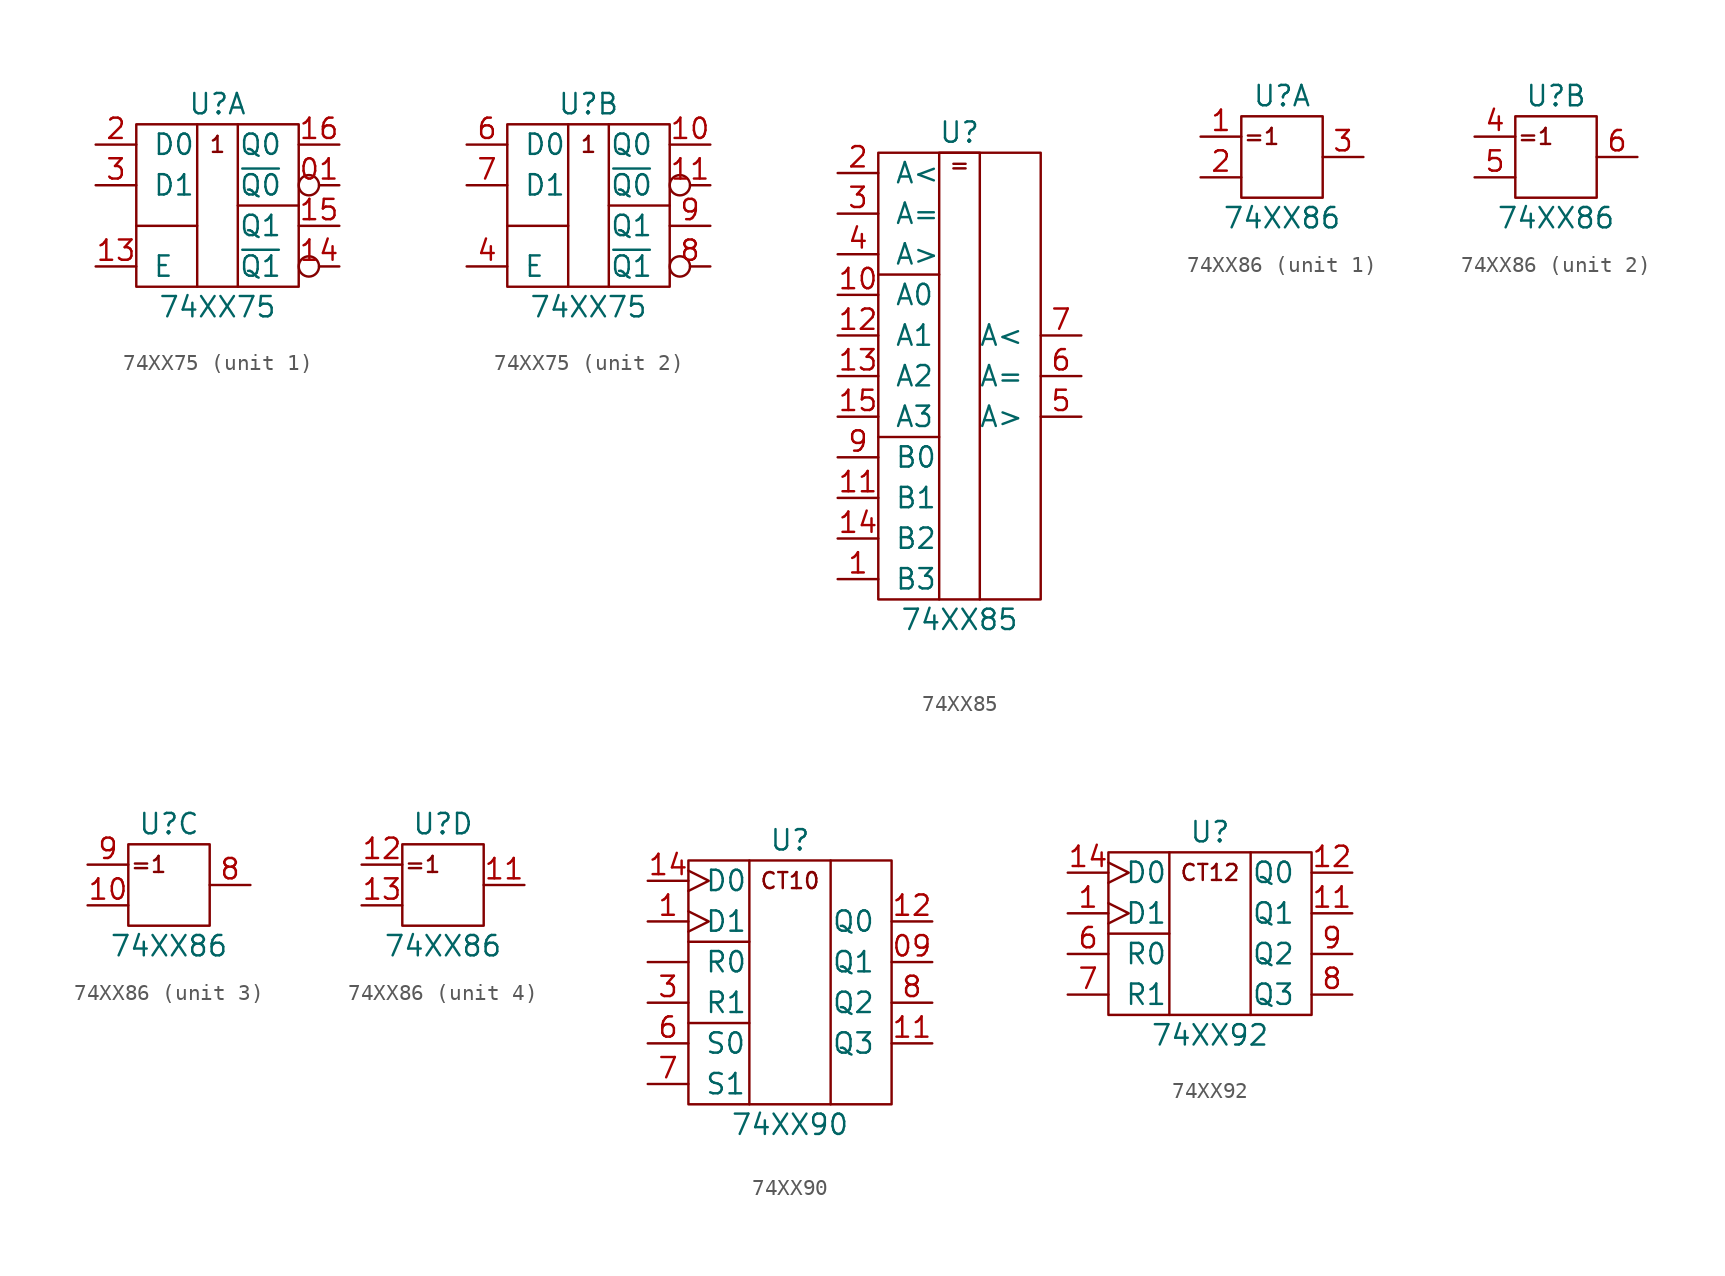
<source format=kicad_sym>
(kicad_symbol_lib
  (version 20211014)
  (generator kicad_symbol_editor)
  (symbol "74XX75"
    (pin_names
      (offset 1.016))
    (property "Reference" "U"
      (at 0 6.35 0)
      (effects (font (size 1.27 1.27))))
    (property "Value" "74XX75"
      (at 0 -6.35 0)
      (effects (font (size 1.27 1.27))))
    (symbol "74XX75_0_0"
      (polyline (pts (xy -5.08 -1.27) (xy -1.27 -1.27)) (stroke (width 0) (type default) (color 0 0 0 0)) (fill (type none)))
      (polyline (pts (xy -1.27 5.08) (xy -1.27 -5.08)) (stroke (width 0) (type default) (color 0 0 0 0)) (fill (type none)))
      (polyline (pts (xy 1.27 0) (xy 5.08 0)) (stroke (width 0) (type default) (color 0 0 0 0)) (fill (type none)))
      (polyline (pts (xy 1.27 5.08) (xy 1.27 -5.08)) (stroke (width 0) (type default) (color 0 0 0 0)) (fill (type none)))
      (rectangle (start 5.08 -5.08) (end -5.08 5.08) (stroke (width 0) (type default) (color 0 0 0 0)) (fill (type none)))
      (text "1" (at 0 3.81 0) (effects (font (size 1 1)))))
    (symbol "74XX75_0_1"
      (pin power_in line (at 5.08 -5.08 180) (length 0) hide (name "GND" (effects (font (size 1.27 1.27)))) (number "12" (effects (font (size 1.27 1.27)))))
      (pin power_in line (at 5.08 5.08 180) (length 0) hide (name "VCC" (effects (font (size 1.27 1.27)))) (number "5" (effects (font (size 1.27 1.27))))))
    (symbol "74XX75_1_1"
      (pin input inverted (at 7.62 1.27 180) (length 2.54) (name "~{Q0}" (effects (font (size 1.27 1.27)))) (number "01" (effects (font (size 1.27 1.27)))))
      (pin input line (at -7.62 -3.81 0) (length 2.54) (name "E" (effects (font (size 1.27 1.27)))) (number "13" (effects (font (size 1.27 1.27)))))
      (pin input inverted (at 7.62 -3.81 180) (length 2.54) (name "~{Q1}" (effects (font (size 1.27 1.27)))) (number "14" (effects (font (size 1.27 1.27)))))
      (pin input line (at 7.62 -1.27 180) (length 2.54) (name "Q1" (effects (font (size 1.27 1.27)))) (number "15" (effects (font (size 1.27 1.27)))))
      (pin input line (at 7.62 3.81 180) (length 2.54) (name "Q0" (effects (font (size 1.27 1.27)))) (number "16" (effects (font (size 1.27 1.27)))))
      (pin input line (at -7.62 3.81 0) (length 2.54) (name "D0" (effects (font (size 1.27 1.27)))) (number "2" (effects (font (size 1.27 1.27)))))
      (pin input line (at -7.62 1.27 0) (length 2.54) (name "D1" (effects (font (size 1.27 1.27)))) (number "3" (effects (font (size 1.27 1.27))))))
    (symbol "74XX75_2_1"
      (pin input line (at 7.62 3.81 180) (length 2.54) (name "Q0" (effects (font (size 1.27 1.27)))) (number "10" (effects (font (size 1.27 1.27)))))
      (pin input inverted (at 7.62 1.27 180) (length 2.54) (name "~{Q0}" (effects (font (size 1.27 1.27)))) (number "11" (effects (font (size 1.27 1.27)))))
      (pin input line (at -7.62 -3.81 0) (length 2.54) (name "E" (effects (font (size 1.27 1.27)))) (number "4" (effects (font (size 1.27 1.27)))))
      (pin input line (at -7.62 3.81 0) (length 2.54) (name "D0" (effects (font (size 1.27 1.27)))) (number "6" (effects (font (size 1.27 1.27)))))
      (pin input line (at -7.62 1.27 0) (length 2.54) (name "D1" (effects (font (size 1.27 1.27)))) (number "7" (effects (font (size 1.27 1.27)))))
      (pin input inverted (at 7.62 -3.81 180) (length 2.54) (name "~{Q1}" (effects (font (size 1.27 1.27)))) (number "8" (effects (font (size 1.27 1.27)))))
      (pin input line (at 7.62 -1.27 180) (length 2.54) (name "Q1" (effects (font (size 1.27 1.27)))) (number "9" (effects (font (size 1.27 1.27)))))))
  (symbol "74XX85"
    (pin_names
      (offset 1.016))
    (property "Reference" "U"
      (at 0 15.24 0)
      (effects (font (size 1.27 1.27))))
    (property "Value" "74XX85"
      (at 0 -15.24 0)
      (effects (font (size 1.27 1.27))))
    (symbol "74XX85_0_0"
      (text "=" (at 0 13.208 0) (effects (font (size 1 1)))))
    (symbol "74XX85_0_1"
      (rectangle (start -5.08 13.97) (end 5.08 -13.97) (stroke (width 0) (type default) (color 0 0 0 0)) (fill (type none)))
      (polyline (pts (xy -5.08 -3.81) (xy -1.27 -3.81)) (stroke (width 0) (type default) (color 0 0 0 0)) (fill (type none)))
      (polyline (pts (xy -5.08 6.35) (xy -1.27 6.35)) (stroke (width 0) (type default) (color 0 0 0 0)) (fill (type none)))
      (polyline (pts (xy -1.27 -13.97) (xy -1.27 13.97) (xy 1.27 13.97) (xy 1.27 -13.97)) (stroke (width 0) (type default) (color 0 0 0 0)) (fill (type none)))
      (pin power_in line (at 5.08 13.97 180) (length 0) hide (name "VCC" (effects (font (size 1.27 1.27)))) (number "16" (effects (font (size 1.27 1.27)))))
      (pin power_in line (at 5.08 -13.97 180) (length 0) hide (name "GND" (effects (font (size 1.27 1.27)))) (number "8" (effects (font (size 1.27 1.27))))))
    (symbol "74XX85_1_1"
      (pin input line (at -7.62 -12.7 0) (length 2.54) (name "B3" (effects (font (size 1.27 1.27)))) (number "1" (effects (font (size 1.27 1.27)))))
      (pin input line (at -7.62 5.08 0) (length 2.54) (name "A0" (effects (font (size 1.27 1.27)))) (number "10" (effects (font (size 1.27 1.27)))))
      (pin input line (at -7.62 -7.62 0) (length 2.54) (name "B1" (effects (font (size 1.27 1.27)))) (number "11" (effects (font (size 1.27 1.27)))))
      (pin input line (at -7.62 2.54 0) (length 2.54) (name "A1" (effects (font (size 1.27 1.27)))) (number "12" (effects (font (size 1.27 1.27)))))
      (pin input line (at -7.62 0 0) (length 2.54) (name "A2" (effects (font (size 1.27 1.27)))) (number "13" (effects (font (size 1.27 1.27)))))
      (pin input line (at -7.62 -10.16 0) (length 2.54) (name "B2" (effects (font (size 1.27 1.27)))) (number "14" (effects (font (size 1.27 1.27)))))
      (pin input line (at -7.62 -2.54 0) (length 2.54) (name "A3" (effects (font (size 1.27 1.27)))) (number "15" (effects (font (size 1.27 1.27)))))
      (pin input line (at -7.62 12.7 0) (length 2.54) (name "A<" (effects (font (size 1.27 1.27)))) (number "2" (effects (font (size 1.27 1.27)))))
      (pin input line (at -7.62 10.16 0) (length 2.54) (name "A=" (effects (font (size 1.27 1.27)))) (number "3" (effects (font (size 1.27 1.27)))))
      (pin input line (at -7.62 7.62 0) (length 2.54) (name "A>" (effects (font (size 1.27 1.27)))) (number "4" (effects (font (size 1.27 1.27)))))
      (pin output line (at 7.62 -2.54 180) (length 2.54) (name "A>" (effects (font (size 1.27 1.27)))) (number "5" (effects (font (size 1.27 1.27)))))
      (pin output line (at 7.62 0 180) (length 2.54) (name "A=" (effects (font (size 1.27 1.27)))) (number "6" (effects (font (size 1.27 1.27)))))
      (pin output line (at 7.62 2.54 180) (length 2.54) (name "A<" (effects (font (size 1.27 1.27)))) (number "7" (effects (font (size 1.27 1.27)))))
      (pin input line (at -7.62 -5.08 0) (length 2.54) (name "B0" (effects (font (size 1.27 1.27)))) (number "9" (effects (font (size 1.27 1.27)))))))
  (symbol "74XX86"
    (pin_names
      (offset 1.016) hide)
    (property "Reference" "U"
      (at 0 3.81 0)
      (effects (font (size 1.27 1.27))))
    (property "Value" "74XX86"
      (at 0 -3.81 0)
      (effects (font (size 1.27 1.27))))
    (symbol "74XX86_0_0"
      (text "=1" (at -1.27 1.27 0) (effects (font (size 1 1)))))
    (symbol "74XX86_0_1"
      (rectangle (start -2.54 -2.54) (end 2.54 2.54) (stroke (width 0) (type default) (color 0 0 0 0)) (fill (type none)))
      (pin power_in line (at 2.54 2.54 180) (length 0) hide (name "VCC" (effects (font (size 1.27 1.27)))) (number "14" (effects (font (size 1.27 1.27)))))
      (pin power_in line (at 2.54 -2.54 180) (length 0) hide (name "GND" (effects (font (size 1.27 1.27)))) (number "7" (effects (font (size 1.27 1.27))))))
    (symbol "74XX86_1_1"
      (pin input line (at -5.08 1.27 0) (length 2.54) (name "A" (effects (font (size 1.27 1.27)))) (number "1" (effects (font (size 1.27 1.27)))))
      (pin input line (at -5.08 -1.27 0) (length 2.54) (name "B" (effects (font (size 1.27 1.27)))) (number "2" (effects (font (size 1.27 1.27)))))
      (pin output line (at 5.08 0 180) (length 2.54) (name "Y" (effects (font (size 1.27 1.27)))) (number "3" (effects (font (size 1.27 1.27))))))
    (symbol "74XX86_2_1"
      (pin input line (at -5.08 1.27 0) (length 2.54) (name "A" (effects (font (size 1.27 1.27)))) (number "4" (effects (font (size 1.27 1.27)))))
      (pin input line (at -5.08 -1.27 0) (length 2.54) (name "B" (effects (font (size 1.27 1.27)))) (number "5" (effects (font (size 1.27 1.27)))))
      (pin output line (at 5.08 0 180) (length 2.54) (name "Y" (effects (font (size 1.27 1.27)))) (number "6" (effects (font (size 1.27 1.27))))))
    (symbol "74XX86_3_1"
      (pin input line (at -5.08 -1.27 0) (length 2.54) (name "B" (effects (font (size 1.27 1.27)))) (number "10" (effects (font (size 1.27 1.27)))))
      (pin output line (at 5.08 0 180) (length 2.54) (name "Y" (effects (font (size 1.27 1.27)))) (number "8" (effects (font (size 1.27 1.27)))))
      (pin input line (at -5.08 1.27 0) (length 2.54) (name "A" (effects (font (size 1.27 1.27)))) (number "9" (effects (font (size 1.27 1.27))))))
    (symbol "74XX86_4_1"
      (pin output line (at 5.08 0 180) (length 2.54) (name "Y" (effects (font (size 1.27 1.27)))) (number "11" (effects (font (size 1.27 1.27)))))
      (pin input line (at -5.08 1.27 0) (length 2.54) (name "A" (effects (font (size 1.27 1.27)))) (number "12" (effects (font (size 1.27 1.27)))))
      (pin input line (at -5.08 -1.27 0) (length 2.54) (name "B" (effects (font (size 1.27 1.27)))) (number "13" (effects (font (size 1.27 1.27)))))))
  (symbol "74XX90"
    (pin_names
      (offset 1.016))
    (property "Reference" "U"
      (at 0 8.89 0)
      (effects (font (size 1.27 1.27))))
    (property "Value" "74XX90"
      (at 0 -8.89 0)
      (effects (font (size 1.27 1.27))))
    (symbol "74XX90_0_0"
      (polyline (pts (xy -6.35 -2.54) (xy -2.54 -2.54)) (stroke (width 0) (type default) (color 0 0 0 0)) (fill (type none)))
      (polyline (pts (xy -6.35 2.54) (xy -2.54 2.54)) (stroke (width 0) (type default) (color 0 0 0 0)) (fill (type none)))
      (text "CT10" (at 0 6.35 0) (effects (font (size 1 1)))))
    (symbol "74XX90_0_1"
      (rectangle (start -6.35 -7.62) (end 6.35 7.62) (stroke (width 0) (type default) (color 0 0 0 0)) (fill (type none)))
      (polyline (pts (xy -2.54 -7.62) (xy -2.54 7.62)) (stroke (width 0) (type default) (color 0 0 0 0)) (fill (type none)))
      (polyline (pts (xy 2.54 -7.62) (xy 2.54 7.62)) (stroke (width 0) (type default) (color 0 0 0 0)) (fill (type none)))
      (pin power_in line (at 6.35 -7.62 180) (length 0) hide (name "GND" (effects (font (size 1.27 1.27)))) (number "10" (effects (font (size 1.27 1.27)))))
      (pin power_in line (at 6.35 7.62 180) (length 0) hide (name "VCC" (effects (font (size 1.27 1.27)))) (number "5" (effects (font (size 1.27 1.27))))))
    (symbol "74XX90_1_1"
      (pin output line (at 8.89 1.27 180) (length 2.54) (name "Q1" (effects (font (size 1.27 1.27)))) (number "09" (effects (font (size 1.27 1.27)))))
      (pin input clock (at -8.89 3.81 0) (length 2.54) (name "D1" (effects (font (size 1.27 1.27)))) (number "1" (effects (font (size 1.27 1.27)))))
      (pin output line (at 8.89 -3.81 180) (length 2.54) (name "Q3" (effects (font (size 1.27 1.27)))) (number "11" (effects (font (size 1.27 1.27)))))
      (pin output line (at 8.89 3.81 180) (length 2.54) (name "Q0" (effects (font (size 1.27 1.27)))) (number "12" (effects (font (size 1.27 1.27)))))
      (pin input clock (at -8.89 6.35 0) (length 2.54) (name "D0" (effects (font (size 1.27 1.27)))) (number "14" (effects (font (size 1.27 1.27)))))
      (pin input line (at -8.89 -1.27 0) (length 2.54) (name "R1" (effects (font (size 1.27 1.27)))) (number "3" (effects (font (size 1.27 1.27)))))
      (pin input line (at -8.89 -3.81 0) (length 2.54) (name "S0" (effects (font (size 1.27 1.27)))) (number "6" (effects (font (size 1.27 1.27)))))
      (pin input line (at -8.89 -6.35 0) (length 2.54) (name "S1" (effects (font (size 1.27 1.27)))) (number "7" (effects (font (size 1.27 1.27)))))
      (pin output line (at 8.89 -1.27 180) (length 2.54) (name "Q2" (effects (font (size 1.27 1.27)))) (number "8" (effects (font (size 1.27 1.27)))))
      (pin input line (at -8.89 1.27 0) (length 2.54) (name "R0" (effects (font (size 1.27 1.27)))) (number "~" (effects (font (size 1.27 1.27)))))))
  (symbol "74XX92"
    (pin_names
      (offset 1.016))
    (property "Reference" "U"
      (at 0 6.35 0)
      (effects (font (size 1.27 1.27))))
    (property "Value" "74XX92"
      (at 0 -6.35 0)
      (effects (font (size 1.27 1.27))))
    (symbol "74XX92_1_1"
      (rectangle (start -6.35 -5.08) (end 6.35 5.08) (stroke (width 0) (type default) (color 0 0 0 0)) (fill (type none)))
      (polyline (pts (xy -6.35 0) (xy -2.54 0)) (stroke (width 0) (type default) (color 0 0 0 0)) (fill (type none)))
      (polyline (pts (xy -2.54 -5.08) (xy -2.54 5.08)) (stroke (width 0) (type default) (color 0 0 0 0)) (fill (type none)))
      (polyline (pts (xy 2.54 -5.08) (xy 2.54 5.08)) (stroke (width 0) (type default) (color 0 0 0 0)) (fill (type none)))
      (text "CT12" (at 0 3.81 0) (effects (font (size 1 1))))
      (pin input clock (at -8.89 1.27 0) (length 2.54) (name "D1" (effects (font (size 1.27 1.27)))) (number "1" (effects (font (size 1.27 1.27)))))
      (pin power_in line (at 6.35 -5.08 180) (length 0) hide (name "GND" (effects (font (size 1.27 1.27)))) (number "10" (effects (font (size 1.27 1.27)))))
      (pin output line (at 8.89 1.27 180) (length 2.54) (name "Q1" (effects (font (size 1.27 1.27)))) (number "11" (effects (font (size 1.27 1.27)))))
      (pin output line (at 8.89 3.81 180) (length 2.54) (name "Q0" (effects (font (size 1.27 1.27)))) (number "12" (effects (font (size 1.27 1.27)))))
      (pin input clock (at -8.89 3.81 0) (length 2.54) (name "D0" (effects (font (size 1.27 1.27)))) (number "14" (effects (font (size 1.27 1.27)))))
      (pin power_in line (at 6.35 5.08 180) (length 0) hide (name "VCC" (effects (font (size 1.27 1.27)))) (number "5" (effects (font (size 1.27 1.27)))))
      (pin input line (at -8.89 -1.27 0) (length 2.54) (name "R0" (effects (font (size 1.27 1.27)))) (number "6" (effects (font (size 1.27 1.27)))))
      (pin input line (at -8.89 -3.81 0) (length 2.54) (name "R1" (effects (font (size 1.27 1.27)))) (number "7" (effects (font (size 1.27 1.27)))))
      (pin output line (at 8.89 -3.81 180) (length 2.54) (name "Q3" (effects (font (size 1.27 1.27)))) (number "8" (effects (font (size 1.27 1.27)))))
      (pin output line (at 8.89 -1.27 180) (length 2.54) (name "Q2" (effects (font (size 1.27 1.27)))) (number "9" (effects (font (size 1.27 1.27))))))))
</source>
